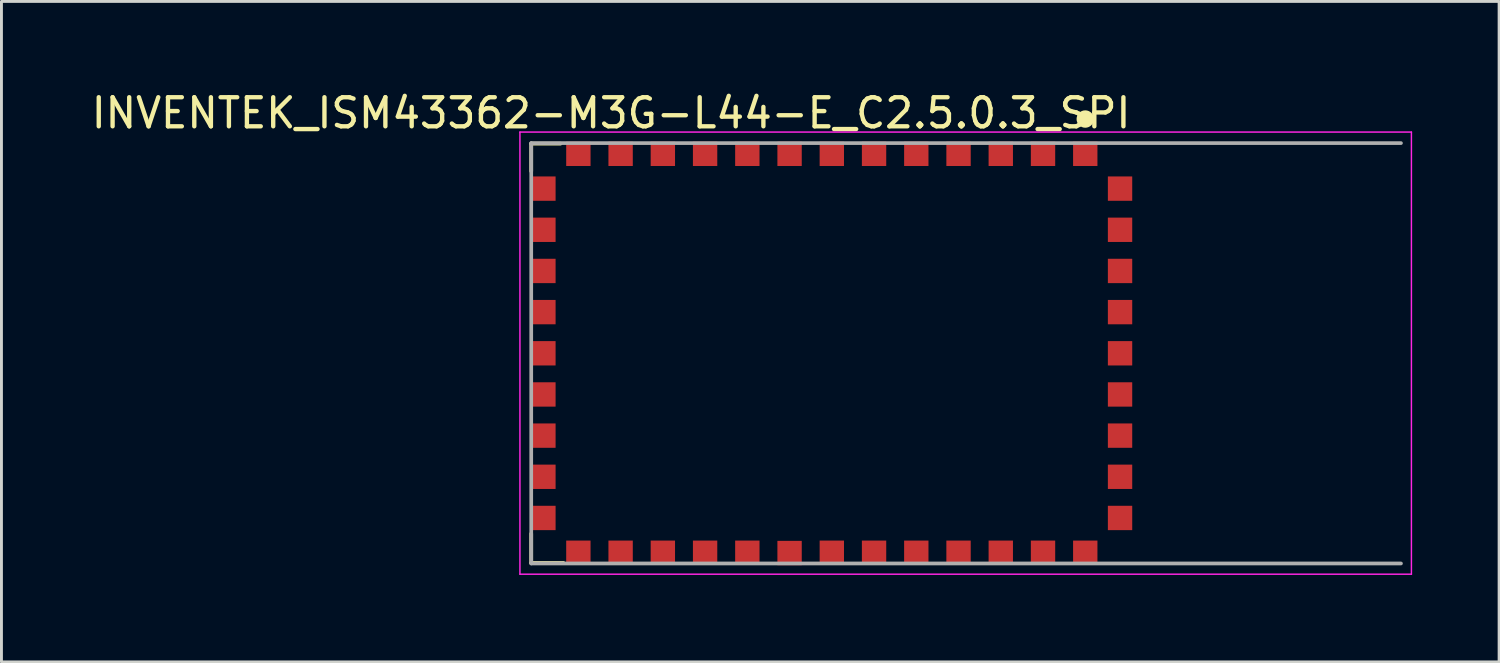
<source format=kicad_pcb>
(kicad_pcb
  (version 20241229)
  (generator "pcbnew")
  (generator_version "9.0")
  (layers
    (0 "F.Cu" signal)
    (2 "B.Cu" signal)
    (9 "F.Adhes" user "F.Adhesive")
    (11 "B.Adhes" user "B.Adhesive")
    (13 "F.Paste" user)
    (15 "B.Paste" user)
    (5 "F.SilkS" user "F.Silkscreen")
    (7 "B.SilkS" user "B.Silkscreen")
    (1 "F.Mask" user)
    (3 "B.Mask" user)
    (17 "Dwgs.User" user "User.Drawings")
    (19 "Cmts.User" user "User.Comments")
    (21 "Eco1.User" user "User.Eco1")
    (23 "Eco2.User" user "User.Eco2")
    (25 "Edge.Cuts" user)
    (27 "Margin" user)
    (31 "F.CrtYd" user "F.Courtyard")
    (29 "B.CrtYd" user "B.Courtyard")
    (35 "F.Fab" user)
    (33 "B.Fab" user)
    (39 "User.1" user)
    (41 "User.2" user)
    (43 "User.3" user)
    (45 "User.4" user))
  (footprint "INVENTEK_ISM43362-M3G-L44-E_C2.5.0.3_SPI"
    (layer "F.Cu")
    (at 30.274 9.136)
    (property "Reference" "INVENTEK_ISM43362-M3G-L44-E_C2.5.0.3_SPI" (at -12.246 -8.286 0) (layer "F.SilkS") (effects (font (size 1.003 1.003) (thickness 0.15))))
    (attr smd)
    (fp_line (start -15 -7.232) (end -15 -6.28) (stroke (width 0.127) (type solid)) (layer "F.SilkS"))
    (fp_line (start -15 7.232) (end -15 6.22) (stroke (width 0.127) (type solid)) (layer "F.SilkS"))
    (fp_line (start -13.99 -7.232) (end -15 -7.232) (stroke (width 0.127) (type solid)) (layer "F.SilkS"))
    (fp_line (start -13.89 7.232) (end -15 7.232) (stroke (width 0.127) (type solid)) (layer "F.SilkS"))
    (fp_circle (center 4.11 -8.08) (end 4.41 -8.08) (stroke (width 0) (type solid)) (fill yes) (layer "F.SilkS"))
    (fp_line (start -15.39 -7.63) (end -15.39 7.62) (stroke (width 0.05) (type solid)) (layer "F.CrtYd"))
    (fp_line (start -15.39 7.62) (end 15.36 7.62) (stroke (width 0.05) (type solid)) (layer "F.CrtYd"))
    (fp_line (start 15.36 -7.63) (end -15.39 -7.63) (stroke (width 0.05) (type solid)) (layer "F.CrtYd"))
    (fp_line (start 15.36 7.62) (end 15.36 -7.63) (stroke (width 0.05) (type solid)) (layer "F.CrtYd"))
    (fp_line (start -15 -7.25) (end -15 7.25) (stroke (width 0.127) (type solid)) (layer "F.Fab"))
    (fp_line (start -15 7.25) (end 15 7.25) (stroke (width 0.127) (type solid)) (layer "F.Fab"))
    (fp_line (start 15 -7.25) (end -15 -7.25) (stroke (width 0.127) (type solid)) (layer "F.Fab"))
    (pad "1" smd rect (at 4.11 -6.88) (size 0.84 0.84) (layers "F.Cu" "F.Mask" "F.Paste"))
    (pad "2" smd rect (at 2.653 -6.88) (size 0.84 0.84) (layers "F.Cu" "F.Mask" "F.Paste"))
    (pad "3" smd rect (at 1.196 -6.88) (size 0.84 0.84) (layers "F.Cu" "F.Mask" "F.Paste"))
    (pad "4" smd rect (at -0.261 -6.88) (size 0.84 0.84) (layers "F.Cu" "F.Mask" "F.Paste"))
    (pad "5" smd rect (at -1.718 -6.88) (size 0.84 0.84) (layers "F.Cu" "F.Mask" "F.Paste"))
    (pad "6" smd rect (at -3.175 -6.88) (size 0.84 0.84) (layers "F.Cu" "F.Mask" "F.Paste"))
    (pad "7" smd rect (at -4.632 -6.88) (size 0.84 0.84) (layers "F.Cu" "F.Mask" "F.Paste"))
    (pad "8" smd rect (at -6.089 -6.88) (size 0.84 0.84) (layers "F.Cu" "F.Mask" "F.Paste"))
    (pad "9" smd rect (at -7.546 -6.88) (size 0.84 0.84) (layers "F.Cu" "F.Mask" "F.Paste"))
    (pad "10" smd rect (at -9.003 -6.88) (size 0.84 0.84) (layers "F.Cu" "F.Mask" "F.Paste"))
    (pad "11" smd rect (at -10.46 -6.88) (size 0.84 0.84) (layers "F.Cu" "F.Mask" "F.Paste"))
    (pad "12" smd rect (at -11.917 -6.88) (size 0.84 0.84) (layers "F.Cu" "F.Mask" "F.Paste"))
    (pad "13" smd rect (at -13.374 -6.88) (size 0.84 0.84) (layers "F.Cu" "F.Mask" "F.Paste"))
    (pad "14" smd rect (at -14.58 -5.68) (size 0.84 0.84) (layers "F.Cu" "F.Mask" "F.Paste"))
    (pad "15" smd rect (at -14.58 -4.26) (size 0.84 0.84) (layers "F.Cu" "F.Mask" "F.Paste"))
    (pad "16" smd rect (at -14.58 -2.84) (size 0.84 0.84) (layers "F.Cu" "F.Mask" "F.Paste"))
    (pad "17" smd rect (at -14.58 -1.42) (size 0.84 0.84) (layers "F.Cu" "F.Mask" "F.Paste"))
    (pad "18" smd rect (at -14.58 0) (size 0.84 0.84) (layers "F.Cu" "F.Mask" "F.Paste"))
    (pad "19" smd rect (at -14.58 1.42) (size 0.84 0.84) (layers "F.Cu" "F.Mask" "F.Paste"))
    (pad "20" smd rect (at -14.58 2.84) (size 0.84 0.84) (layers "F.Cu" "F.Mask" "F.Paste"))
    (pad "21" smd rect (at -14.58 4.26) (size 0.84 0.84) (layers "F.Cu" "F.Mask" "F.Paste"))
    (pad "22" smd rect (at -14.58 5.68) (size 0.84 0.84) (layers "F.Cu" "F.Mask" "F.Paste"))
    (pad "23" smd rect (at -13.374 6.88) (size 0.84 0.84) (layers "F.Cu" "F.Mask" "F.Paste"))
    (pad "24" smd rect (at -11.917 6.88) (size 0.84 0.84) (layers "F.Cu" "F.Mask" "F.Paste"))
    (pad "25" smd rect (at -10.46 6.88) (size 0.84 0.84) (layers "F.Cu" "F.Mask" "F.Paste"))
    (pad "26" smd rect (at -9.003 6.88) (size 0.84 0.84) (layers "F.Cu" "F.Mask" "F.Paste"))
    (pad "27" smd rect (at -7.546 6.88) (size 0.84 0.84) (layers "F.Cu" "F.Mask" "F.Paste"))
    (pad "28" smd rect (at -6.089 6.89) (size 0.84 0.84) (layers "F.Cu" "F.Mask" "F.Paste"))
    (pad "29" smd rect (at -4.632 6.88) (size 0.84 0.84) (layers "F.Cu" "F.Mask" "F.Paste"))
    (pad "30" smd rect (at -3.175 6.88) (size 0.84 0.84) (layers "F.Cu" "F.Mask" "F.Paste"))
    (pad "31" smd rect (at -1.718 6.88) (size 0.84 0.84) (layers "F.Cu" "F.Mask" "F.Paste"))
    (pad "32" smd rect (at -0.261 6.88) (size 0.84 0.84) (layers "F.Cu" "F.Mask" "F.Paste"))
    (pad "33" smd rect (at 1.196 6.88) (size 0.84 0.84) (layers "F.Cu" "F.Mask" "F.Paste"))
    (pad "34" smd rect (at 2.653 6.88) (size 0.84 0.84) (layers "F.Cu" "F.Mask" "F.Paste"))
    (pad "35" smd rect (at 4.11 6.88) (size 0.84 0.84) (layers "F.Cu" "F.Mask" "F.Paste"))
    (pad "36" smd rect (at 5.31 5.68) (size 0.84 0.84) (layers "F.Cu" "F.Mask" "F.Paste"))
    (pad "37" smd rect (at 5.31 4.26) (size 0.84 0.84) (layers "F.Cu" "F.Mask" "F.Paste"))
    (pad "38" smd rect (at 5.31 2.84) (size 0.84 0.84) (layers "F.Cu" "F.Mask" "F.Paste"))
    (pad "39" smd rect (at 5.31 1.42) (size 0.84 0.84) (layers "F.Cu" "F.Mask" "F.Paste"))
    (pad "40" smd rect (at 5.31 0) (size 0.84 0.84) (layers "F.Cu" "F.Mask" "F.Paste"))
    (pad "41" smd rect (at 5.31 -1.42) (size 0.84 0.84) (layers "F.Cu" "F.Mask" "F.Paste"))
    (pad "42" smd rect (at 5.31 -2.84) (size 0.84 0.84) (layers "F.Cu" "F.Mask" "F.Paste"))
    (pad "43" smd rect (at 5.31 -4.26) (size 0.84 0.84) (layers "F.Cu" "F.Mask" "F.Paste"))
    (pad "44" smd rect (at 5.31 -5.68) (size 0.84 0.84) (layers "F.Cu" "F.Mask" "F.Paste"))
    (zone (net_name "") (layer "F.Cu") (hatch full 0.508) (connect_pads) (min_thickness 0.01) (filled_areas_thickness no) (keepout (tracks not_allowed) (vias not_allowed) (pads not_allowed) (copperpour not_allowed) (footprints allowed)) (placement (enabled no)) (fill) (polygon (pts (xy 36.41 1.886) (xy 45.268 1.886) (xy 45.268 16.405) (xy 36.41 16.405))))
    (zone (net_name "") (layers "F.Cu" "B.Cu") (hatch full 0.508) (connect_pads) (min_thickness 0.01) (filled_areas_thickness no) (keepout (tracks allowed) (vias not_allowed) (pads allowed) (copperpour allowed) (footprints allowed)) (placement (enabled no)) (fill) (polygon (pts (xy 36.406 1.882) (xy 45.268 1.882) (xy 45.268 16.386) (xy 36.406 16.386)))))
  (gr_rect
    (start -3 -3)
    (end 48.659 19.781)
    (stroke (width 0.1) (type default))
    (fill no)
    (layer "Edge.Cuts")))
</source>
